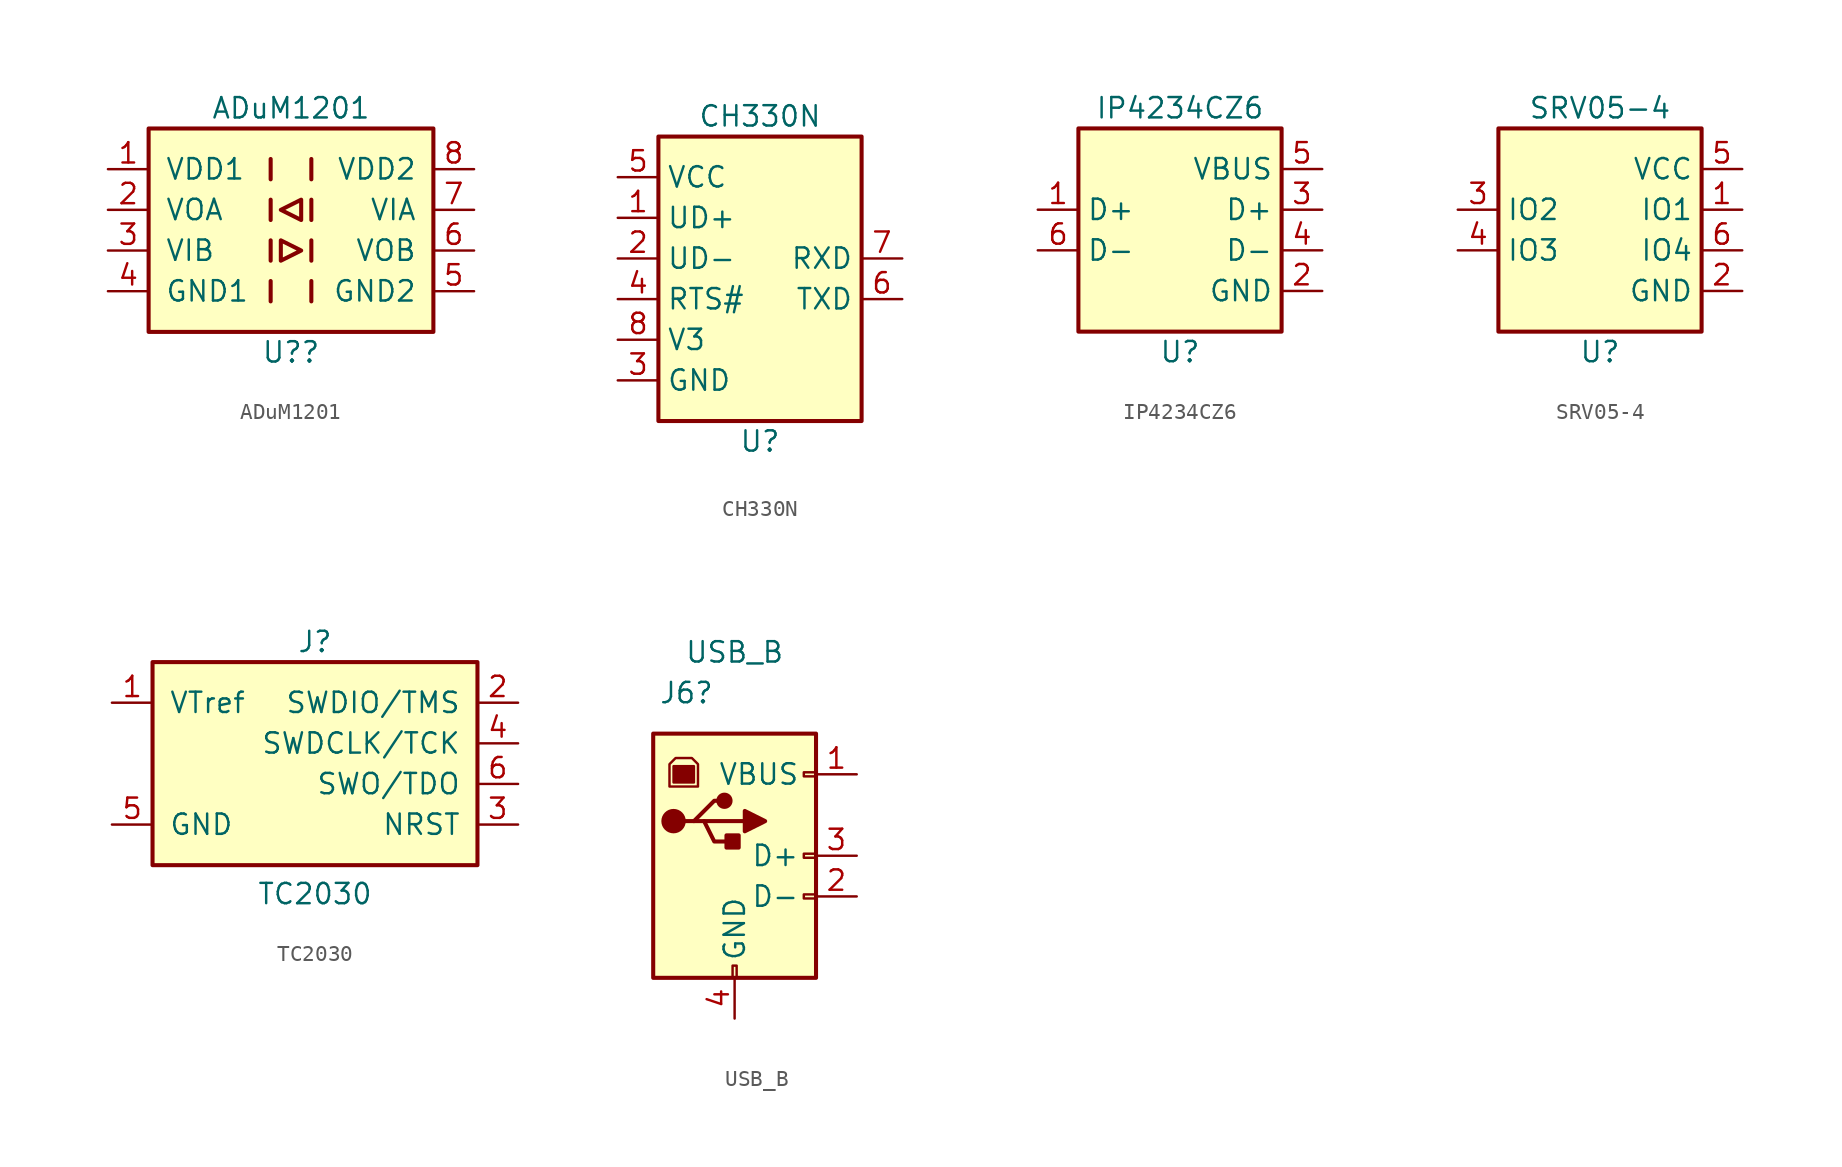
<source format=kicad_sym>
(kicad_symbol_lib
  (version 20220914)
  (generator kicad_symbol_editor)
  (symbol "ADuM1201"
    (pin_names
      (offset 1.016))
    (property "Reference" "U?"
      (at 0 -7.62 0)
      (effects (font (size 1.27 1.27))))
    (property "Value" "ADuM1201"
      (at 0 7.62 0)
      (effects (font (size 1.27 1.27))))
    (symbol "ADuM1201_0_1"
      (rectangle (start -8.89 6.35) (end 8.89 -6.35) (stroke (width 0.254) (type default)) (fill (type background)))
      (polyline (pts (xy -1.27 -3.175) (xy -1.27 -4.445)) (stroke (width 0.254) (type default)) (fill (type none)))
      (polyline (pts (xy -1.27 -0.635) (xy -1.27 -1.905)) (stroke (width 0.254) (type default)) (fill (type none)))
      (polyline (pts (xy -1.27 1.905) (xy -1.27 0.635)) (stroke (width 0.254) (type default)) (fill (type none)))
      (polyline (pts (xy -1.27 4.445) (xy -1.27 3.175)) (stroke (width 0.254) (type default)) (fill (type none)))
      (polyline (pts (xy 1.27 -3.175) (xy 1.27 -4.445)) (stroke (width 0.254) (type default)) (fill (type none)))
      (polyline (pts (xy 1.27 -0.635) (xy 1.27 -1.905)) (stroke (width 0.254) (type default)) (fill (type none)))
      (polyline (pts (xy 1.27 1.905) (xy 1.27 0.635)) (stroke (width 0.254) (type default)) (fill (type none)))
      (polyline (pts (xy 1.27 4.445) (xy 1.27 3.175)) (stroke (width 0.254) (type default)) (fill (type none)))
      (polyline (pts (xy -0.635 -0.635) (xy -0.635 -1.905) (xy 0.635 -1.27) (xy -0.635 -0.635)) (stroke (width 0.254) (type default)) (fill (type none)))
      (polyline (pts (xy 0.635 1.905) (xy 0.635 0.635) (xy -0.635 1.27) (xy 0.635 1.905)) (stroke (width 0.254) (type default)) (fill (type none))))
    (symbol "ADuM1201_1_1"
      (pin power_in line (at -11.43 3.81 0) (length 2.54) (name "VDD1" (effects (font (size 1.27 1.27)))) (number "1" (effects (font (size 1.27 1.27)))))
      (pin output line (at -11.43 1.27 0) (length 2.54) (name "VOA" (effects (font (size 1.27 1.27)))) (number "2" (effects (font (size 1.27 1.27)))))
      (pin input line (at -11.43 -1.27 0) (length 2.54) (name "VIB" (effects (font (size 1.27 1.27)))) (number "3" (effects (font (size 1.27 1.27)))))
      (pin power_in line (at -11.43 -3.81 0) (length 2.54) (name "GND1" (effects (font (size 1.27 1.27)))) (number "4" (effects (font (size 1.27 1.27)))))
      (pin power_in line (at 11.43 -3.81 180) (length 2.54) (name "GND2" (effects (font (size 1.27 1.27)))) (number "5" (effects (font (size 1.27 1.27)))))
      (pin output line (at 11.43 -1.27 180) (length 2.54) (name "VOB" (effects (font (size 1.27 1.27)))) (number "6" (effects (font (size 1.27 1.27)))))
      (pin input line (at 11.43 1.27 180) (length 2.54) (name "VIA" (effects (font (size 1.27 1.27)))) (number "7" (effects (font (size 1.27 1.27)))))
      (pin power_in line (at 11.43 3.81 180) (length 2.54) (name "VDD2" (effects (font (size 1.27 1.27)))) (number "8" (effects (font (size 1.27 1.27)))))))
  (symbol "CH330N"
    (property "Reference" "U"
      (at 0 -10.16 0)
      (effects (font (size 1.27 1.27))))
    (property "Value" "CH330N"
      (at 0 10.16 0)
      (effects (font (size 1.27 1.27))))
    (symbol "CH330N_0_1"
      (rectangle (start -6.35 8.89) (end 6.35 -8.89) (stroke (width 0.254) (type default)) (fill (type background))))
    (symbol "CH330N_1_1"
      (pin bidirectional line (at -8.89 3.81 0) (length 2.54) (name "UD+" (effects (font (size 1.27 1.27)))) (number "1" (effects (font (size 1.27 1.27)))))
      (pin bidirectional line (at -8.89 1.27 0) (length 2.54) (name "UD-" (effects (font (size 1.27 1.27)))) (number "2" (effects (font (size 1.27 1.27)))))
      (pin power_in line (at -8.89 -6.35 0) (length 2.54) (name "GND" (effects (font (size 1.27 1.27)))) (number "3" (effects (font (size 1.27 1.27)))))
      (pin output line (at -8.89 -1.27 0) (length 2.54) (name "RTS#" (effects (font (size 1.27 1.27)))) (number "4" (effects (font (size 1.27 1.27)))))
      (pin power_in line (at -8.89 6.35 0) (length 2.54) (name "VCC" (effects (font (size 1.27 1.27)))) (number "5" (effects (font (size 1.27 1.27)))))
      (pin output line (at 8.89 -1.27 180) (length 2.54) (name "TXD" (effects (font (size 1.27 1.27)))) (number "6" (effects (font (size 1.27 1.27)))))
      (pin input line (at 8.89 1.27 180) (length 2.54) (name "RXD" (effects (font (size 1.27 1.27)))) (number "7" (effects (font (size 1.27 1.27)))))
      (pin input line (at -8.89 -3.81 0) (length 2.54) (name "V3" (effects (font (size 1.27 1.27)))) (number "8" (effects (font (size 1.27 1.27)))))))
  (symbol "IP4234CZ6"
    (property "Reference" "U"
      (at 0 -7.62 0)
      (effects (font (size 1.27 1.27))))
    (property "Value" "IP4234CZ6"
      (at 0 7.62 0)
      (effects (font (size 1.27 1.27))))
    (symbol "IP4234CZ6_1_1"
      (rectangle (start -6.35 6.35) (end 6.35 -6.35) (stroke (width 0.254) (type default)) (fill (type background)))
      (pin passive line (at -8.89 1.27 0) (length 2.54) (name "D+" (effects (font (size 1.27 1.27)))) (number "1" (effects (font (size 1.27 1.27)))))
      (pin power_out line (at 8.89 -3.81 180) (length 2.54) (name "GND" (effects (font (size 1.27 1.27)))) (number "2" (effects (font (size 1.27 1.27)))))
      (pin passive line (at 8.89 1.27 180) (length 2.54) (name "D+" (effects (font (size 1.27 1.27)))) (number "3" (effects (font (size 1.27 1.27)))))
      (pin passive line (at 8.89 -1.27 180) (length 2.54) (name "D-" (effects (font (size 1.27 1.27)))) (number "4" (effects (font (size 1.27 1.27)))))
      (pin power_out line (at 8.89 3.81 180) (length 2.54) (name "VBUS" (effects (font (size 1.27 1.27)))) (number "5" (effects (font (size 1.27 1.27)))))
      (pin passive line (at -8.89 -1.27 0) (length 2.54) (name "D-" (effects (font (size 1.27 1.27)))) (number "6" (effects (font (size 1.27 1.27)))))))
  (symbol "SRV05-4"
    (property "Reference" "U"
      (at 0 -7.62 0)
      (effects (font (size 1.27 1.27))))
    (property "Value" "SRV05-4"
      (at 0 7.62 0)
      (effects (font (size 1.27 1.27))))
    (symbol "SRV05-4_1_1"
      (rectangle (start -6.35 6.35) (end 6.35 -6.35) (stroke (width 0.254) (type default)) (fill (type background)))
      (pin passive line (at 8.89 1.27 180) (length 2.54) (name "IO1" (effects (font (size 1.27 1.27)))) (number "1" (effects (font (size 1.27 1.27)))))
      (pin passive line (at 8.89 -3.81 180) (length 2.54) (name "GND" (effects (font (size 1.27 1.27)))) (number "2" (effects (font (size 1.27 1.27)))))
      (pin passive line (at -8.89 1.27 0) (length 2.54) (name "IO2" (effects (font (size 1.27 1.27)))) (number "3" (effects (font (size 1.27 1.27)))))
      (pin passive line (at -8.89 -1.27 0) (length 2.54) (name "IO3" (effects (font (size 1.27 1.27)))) (number "4" (effects (font (size 1.27 1.27)))))
      (pin passive line (at 8.89 3.81 180) (length 2.54) (name "VCC" (effects (font (size 1.27 1.27)))) (number "5" (effects (font (size 1.27 1.27)))))
      (pin passive line (at 8.89 -1.27 180) (length 2.54) (name "IO4" (effects (font (size 1.27 1.27)))) (number "6" (effects (font (size 1.27 1.27)))))))
  (symbol "TC2030"
    (pin_names
      (offset 1.016))
    (property "Reference" "J"
      (at 0 7.62 0)
      (effects (font (size 1.27 1.27))))
    (property "Value" "TC2030"
      (at 0 -8.89 0)
      (effects (font (size 1.27 1.27)) (justify bottom)))
    (symbol "TC2030_0_1"
      (rectangle (start -10.16 6.35) (end 10.16 -6.35) (stroke (width 0.254) (type default)) (fill (type background))))
    (symbol "TC2030_1_1"
      (pin power_in line (at -12.7 3.81 0) (length 2.54) (name "VTref" (effects (font (size 1.27 1.27)))) (number "1" (effects (font (size 1.27 1.27)))))
      (pin bidirectional line (at 12.7 3.81 180) (length 2.54) (name "SWDIO/TMS" (effects (font (size 1.27 1.27)))) (number "2" (effects (font (size 1.27 1.27)))))
      (pin open_collector line (at 12.7 -3.81 180) (length 2.54) (name "NRST" (effects (font (size 1.27 1.27)))) (number "3" (effects (font (size 1.27 1.27)))))
      (pin output line (at 12.7 1.27 180) (length 2.54) (name "SWDCLK/TCK" (effects (font (size 1.27 1.27)))) (number "4" (effects (font (size 1.27 1.27)))))
      (pin power_in line (at -12.7 -3.81 0) (length 2.54) (name "GND" (effects (font (size 1.27 1.27)))) (number "5" (effects (font (size 1.27 1.27)))))
      (pin input line (at 12.7 -1.27 180) (length 2.54) (name "SWO/TDO" (effects (font (size 1.27 1.27)))) (number "6" (effects (font (size 1.27 1.27)))))))
  (symbol "USB_B"
    (pin_names
      (offset 1.016))
    (property "Reference" "J6"
      (at -1.27 10.16 0)
      (effects (font (size 1.27 1.27)) (justify right)))
    (property "Value" "USB_B"
      (at 0 12.7 0)
      (effects (font (size 1.27 1.27))))
    (symbol "USB_B_0_1"
      (rectangle (start -5.08 -7.62) (end 5.08 7.62) (stroke (width 0.254) (type default)) (fill (type background)))
      (circle (center -3.81 2.159) (radius 0.635) (stroke (width 0.254) (type default)) (fill (type outline)))
      (rectangle (start -3.81 5.588) (end -2.54 4.572) (stroke (width 0) (type default)) (fill (type outline)))
      (circle (center -0.635 3.429) (radius 0.381) (stroke (width 0.254) (type default)) (fill (type outline)))
      (rectangle (start -0.127 -7.62) (end 0.127 -6.858) (stroke (width 0) (type default)) (fill (type none)))
      (polyline (pts (xy -1.905 2.159) (xy 0.635 2.159)) (stroke (width 0.254) (type default)) (fill (type none)))
      (polyline (pts (xy -3.175 2.159) (xy -2.54 2.159) (xy -1.27 3.429) (xy -0.635 3.429)) (stroke (width 0.254) (type default)) (fill (type none)))
      (polyline (pts (xy -2.54 2.159) (xy -1.905 2.159) (xy -1.27 0.889) (xy 0 0.889)) (stroke (width 0.254) (type default)) (fill (type none)))
      (polyline (pts (xy 0.635 2.794) (xy 0.635 1.524) (xy 1.905 2.159) (xy 0.635 2.794)) (stroke (width 0.254) (type default)) (fill (type outline)))
      (polyline (pts (xy -4.064 4.318) (xy -2.286 4.318) (xy -2.286 5.715) (xy -2.667 6.096) (xy -3.683 6.096) (xy -4.064 5.715) (xy -4.064 4.318)) (stroke (width 0) (type default)) (fill (type none)))
      (rectangle (start 0.254 1.27) (end -0.508 0.508) (stroke (width 0.254) (type default)) (fill (type outline)))
      (rectangle (start 5.08 -2.667) (end 4.318 -2.413) (stroke (width 0) (type default)) (fill (type none)))
      (rectangle (start 5.08 -0.127) (end 4.318 0.127) (stroke (width 0) (type default)) (fill (type none)))
      (rectangle (start 5.08 4.953) (end 4.318 5.207) (stroke (width 0) (type default)) (fill (type none))))
    (symbol "USB_B_1_1"
      (pin power_out line (at 7.62 5.08 180) (length 2.54) (name "VBUS" (effects (font (size 1.27 1.27)))) (number "1" (effects (font (size 1.27 1.27)))))
      (pin bidirectional line (at 7.62 -2.54 180) (length 2.54) (name "D-" (effects (font (size 1.27 1.27)))) (number "2" (effects (font (size 1.27 1.27)))))
      (pin bidirectional line (at 7.62 0 180) (length 2.54) (name "D+" (effects (font (size 1.27 1.27)))) (number "3" (effects (font (size 1.27 1.27)))))
      (pin power_out line (at 0 -10.16 90) (length 2.54) (name "GND" (effects (font (size 1.27 1.27)))) (number "4" (effects (font (size 1.27 1.27))))))))
</source>
